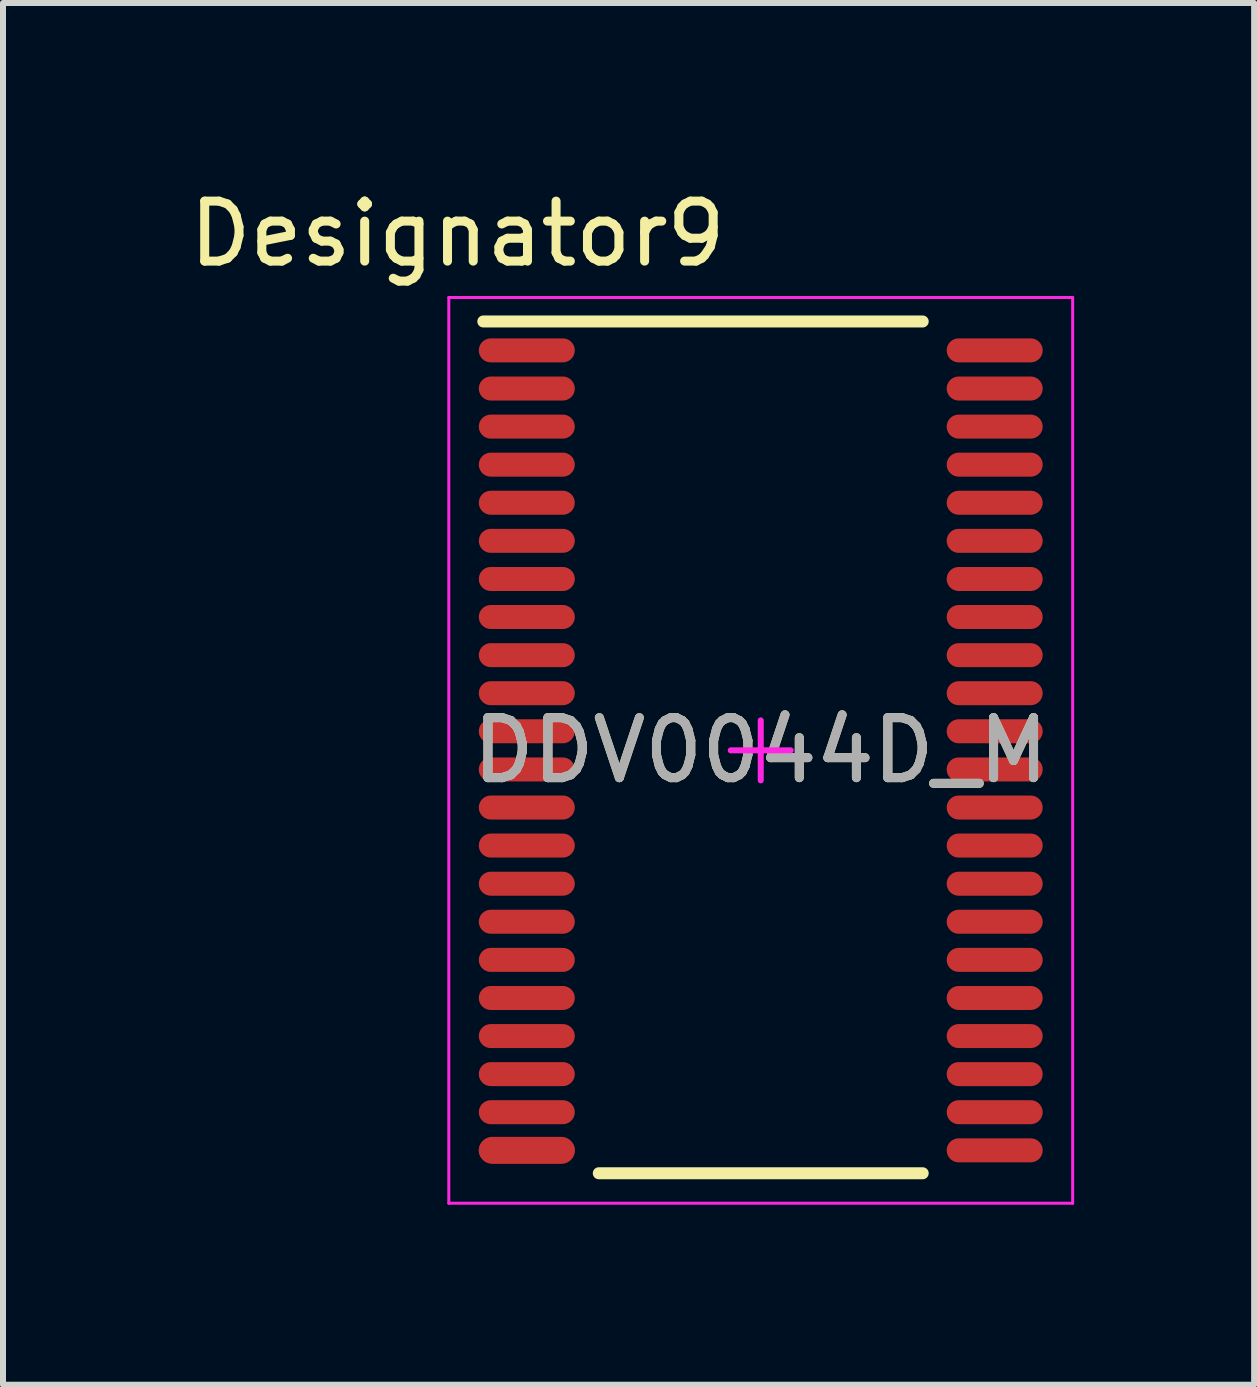
<source format=kicad_pcb>
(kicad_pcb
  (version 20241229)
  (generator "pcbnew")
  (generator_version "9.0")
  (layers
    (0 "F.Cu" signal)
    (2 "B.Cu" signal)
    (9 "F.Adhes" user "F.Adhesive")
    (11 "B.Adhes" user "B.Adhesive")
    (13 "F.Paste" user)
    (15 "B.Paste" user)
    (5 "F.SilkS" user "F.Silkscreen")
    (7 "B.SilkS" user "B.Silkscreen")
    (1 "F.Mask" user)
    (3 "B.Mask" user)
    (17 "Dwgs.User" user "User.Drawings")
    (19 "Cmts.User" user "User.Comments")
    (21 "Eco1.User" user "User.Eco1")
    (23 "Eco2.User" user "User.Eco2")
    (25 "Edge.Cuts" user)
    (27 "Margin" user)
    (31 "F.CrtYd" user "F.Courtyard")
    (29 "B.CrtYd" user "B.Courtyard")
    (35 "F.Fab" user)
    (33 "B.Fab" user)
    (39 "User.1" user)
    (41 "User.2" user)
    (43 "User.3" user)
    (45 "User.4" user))
  (footprint "DDV0044D_M"
    (layer "F.Cu")
    (at 9.632 9.459)
    (property "Reference" "DDV0044D_M" (at 0 0 0) (unlocked yes) (layer "F.SilkS") (effects (font (size 1 1) (thickness 0.15))))
    (attr smd)
    (fp_line (start -4.625 -7.15) (end 2.7 -7.15) (stroke (width 0.2) (type solid)) (layer "F.SilkS"))
    (fp_line (start -2.7 7.05) (end 2.7 7.05) (stroke (width 0.2) (type solid)) (layer "F.SilkS"))
    (fp_line (start -5.2 -7.55) (end 5.2 -7.55) (stroke (width 0.05) (type solid)) (layer "F.CrtYd"))
    (fp_line (start -5.2 7.55) (end -5.2 -7.55) (stroke (width 0.05) (type solid)) (layer "F.CrtYd"))
    (fp_line (start -5.2 7.55) (end 5.2 7.55) (stroke (width 0.05) (type solid)) (layer "F.CrtYd"))
    (fp_line (start -0.5 0) (end 0.5 0) (stroke (width 0.1) (type solid)) (layer "F.CrtYd"))
    (fp_line (start 0 0.5) (end 0 -0.5) (stroke (width 0.1) (type solid)) (layer "F.CrtYd"))
    (fp_line (start 5.2 7.55) (end 5.2 -7.55) (stroke (width 0.05) (type solid)) (layer "F.CrtYd"))
    (fp_text user "Designator9" (at -5.055 -8.611 0) (unlocked yes) (layer "F.SilkS") (effects (font (size 1 1) (thickness 0.15))))
    (fp_text user "${REFERENCE}" (at 0 0 0) (unlocked yes) (layer "F.Fab") (effects (font (size 1 1) (thickness 0.15))))
    (pad "1" smd oval (at -3.9 -6.668 90) (size 0.4 1.6) (layers "F.Cu" "F.Mask" "F.Paste"))
    (pad "2" smd oval (at -3.9 -6.032 90) (size 0.4 1.6) (layers "F.Cu" "F.Mask" "F.Paste"))
    (pad "3" smd oval (at -3.9 -5.397 90) (size 0.4 1.6) (layers "F.Cu" "F.Mask" "F.Paste"))
    (pad "4" smd oval (at -3.9 -4.763 90) (size 0.4 1.6) (layers "F.Cu" "F.Mask" "F.Paste"))
    (pad "5" smd oval (at -3.9 -4.128 90) (size 0.4 1.6) (layers "F.Cu" "F.Mask" "F.Paste"))
    (pad "6" smd oval (at -3.9 -3.493 90) (size 0.4 1.6) (layers "F.Cu" "F.Mask" "F.Paste"))
    (pad "7" smd oval (at -3.9 -2.857 90) (size 0.4 1.6) (layers "F.Cu" "F.Mask" "F.Paste"))
    (pad "8" smd oval (at -3.9 -2.223 90) (size 0.4 1.6) (layers "F.Cu" "F.Mask" "F.Paste"))
    (pad "9" smd oval (at -3.9 -1.587 90) (size 0.4 1.6) (layers "F.Cu" "F.Mask" "F.Paste"))
    (pad "10" smd oval (at -3.9 -0.953 90) (size 0.4 1.6) (layers "F.Cu" "F.Mask" "F.Paste"))
    (pad "11" smd oval (at -3.9 -0.318 90) (size 0.4 1.6) (layers "F.Cu" "F.Mask" "F.Paste"))
    (pad "12" smd oval (at -3.9 0.318 90) (size 0.4 1.6) (layers "F.Cu" "F.Mask" "F.Paste"))
    (pad "13" smd oval (at -3.9 0.953 90) (size 0.4 1.6) (layers "F.Cu" "F.Mask" "F.Paste"))
    (pad "14" smd oval (at -3.9 1.587 90) (size 0.4 1.6) (layers "F.Cu" "F.Mask" "F.Paste"))
    (pad "15" smd oval (at -3.9 2.223 90) (size 0.4 1.6) (layers "F.Cu" "F.Mask" "F.Paste"))
    (pad "16" smd oval (at -3.9 2.857 90) (size 0.4 1.6) (layers "F.Cu" "F.Mask" "F.Paste"))
    (pad "17" smd oval (at -3.9 3.493 90) (size 0.4 1.6) (layers "F.Cu" "F.Mask" "F.Paste"))
    (pad "18" smd oval (at -3.9 4.128 90) (size 0.4 1.6) (layers "F.Cu" "F.Mask" "F.Paste"))
    (pad "19" smd oval (at -3.9 4.763 90) (size 0.4 1.6) (layers "F.Cu" "F.Mask" "F.Paste"))
    (pad "20" smd oval (at -3.9 5.397 90) (size 0.4 1.6) (layers "F.Cu" "F.Mask" "F.Paste"))
    (pad "21" smd oval (at -3.9 6.032 90) (size 0.4 1.6) (layers "F.Cu" "F.Mask" "F.Paste"))
    (pad "22" smd oval (at -3.9 6.668 90) (size 0.4 1.6) (layers "F.Cu" "F.Mask" "F.Paste"))
    (pad "22" smd oval (at -3.9 6.668 90) (size 0.45 1.6) (layers "F.Cu" "F.Mask" "F.Paste"))
    (pad "23" smd oval (at 3.9 6.668 90) (size 0.4 1.6) (layers "F.Cu" "F.Mask" "F.Paste"))
    (pad "24" smd oval (at 3.9 6.032 90) (size 0.4 1.6) (layers "F.Cu" "F.Mask" "F.Paste"))
    (pad "25" smd oval (at 3.9 5.397 90) (size 0.4 1.6) (layers "F.Cu" "F.Mask" "F.Paste"))
    (pad "26" smd oval (at 3.9 4.763 90) (size 0.4 1.6) (layers "F.Cu" "F.Mask" "F.Paste"))
    (pad "27" smd oval (at 3.9 4.128 90) (size 0.4 1.6) (layers "F.Cu" "F.Mask" "F.Paste"))
    (pad "28" smd oval (at 3.9 3.493 90) (size 0.4 1.6) (layers "F.Cu" "F.Mask" "F.Paste"))
    (pad "29" smd oval (at 3.9 2.857 90) (size 0.4 1.6) (layers "F.Cu" "F.Mask" "F.Paste"))
    (pad "30" smd oval (at 3.9 2.223 90) (size 0.4 1.6) (layers "F.Cu" "F.Mask" "F.Paste"))
    (pad "31" smd oval (at 3.9 1.587 90) (size 0.4 1.6) (layers "F.Cu" "F.Mask" "F.Paste"))
    (pad "32" smd oval (at 3.9 0.953 90) (size 0.4 1.6) (layers "F.Cu" "F.Mask" "F.Paste"))
    (pad "33" smd oval (at 3.9 0.318 90) (size 0.4 1.6) (layers "F.Cu" "F.Mask" "F.Paste"))
    (pad "34" smd oval (at 3.9 -0.318 90) (size 0.4 1.6) (layers "F.Cu" "F.Mask" "F.Paste"))
    (pad "35" smd oval (at 3.9 -0.953 90) (size 0.4 1.6) (layers "F.Cu" "F.Mask" "F.Paste"))
    (pad "36" smd oval (at 3.9 -1.587 90) (size 0.4 1.6) (layers "F.Cu" "F.Mask" "F.Paste"))
    (pad "37" smd oval (at 3.9 -2.223 90) (size 0.4 1.6) (layers "F.Cu" "F.Mask" "F.Paste"))
    (pad "38" smd oval (at 3.9 -2.857 90) (size 0.4 1.6) (layers "F.Cu" "F.Mask" "F.Paste"))
    (pad "39" smd oval (at 3.9 -3.493 90) (size 0.4 1.6) (layers "F.Cu" "F.Mask" "F.Paste"))
    (pad "40" smd oval (at 3.9 -4.128 90) (size 0.4 1.6) (layers "F.Cu" "F.Mask" "F.Paste"))
    (pad "41" smd oval (at 3.9 -4.763 90) (size 0.4 1.6) (layers "F.Cu" "F.Mask" "F.Paste"))
    (pad "42" smd oval (at 3.9 -5.397 90) (size 0.4 1.6) (layers "F.Cu" "F.Mask" "F.Paste"))
    (pad "43" smd oval (at 3.9 -6.032 90) (size 0.4 1.6) (layers "F.Cu" "F.Mask" "F.Paste"))
    (pad "44" smd oval (at 3.9 -6.668 90) (size 0.4 1.6) (layers "F.Cu" "F.Mask" "F.Paste")))
  (gr_rect
    (start -3 -3)
    (end 17.857 20.034)
    (stroke (width 0.1) (type default))
    (fill no)
    (layer "Edge.Cuts")))
</source>
